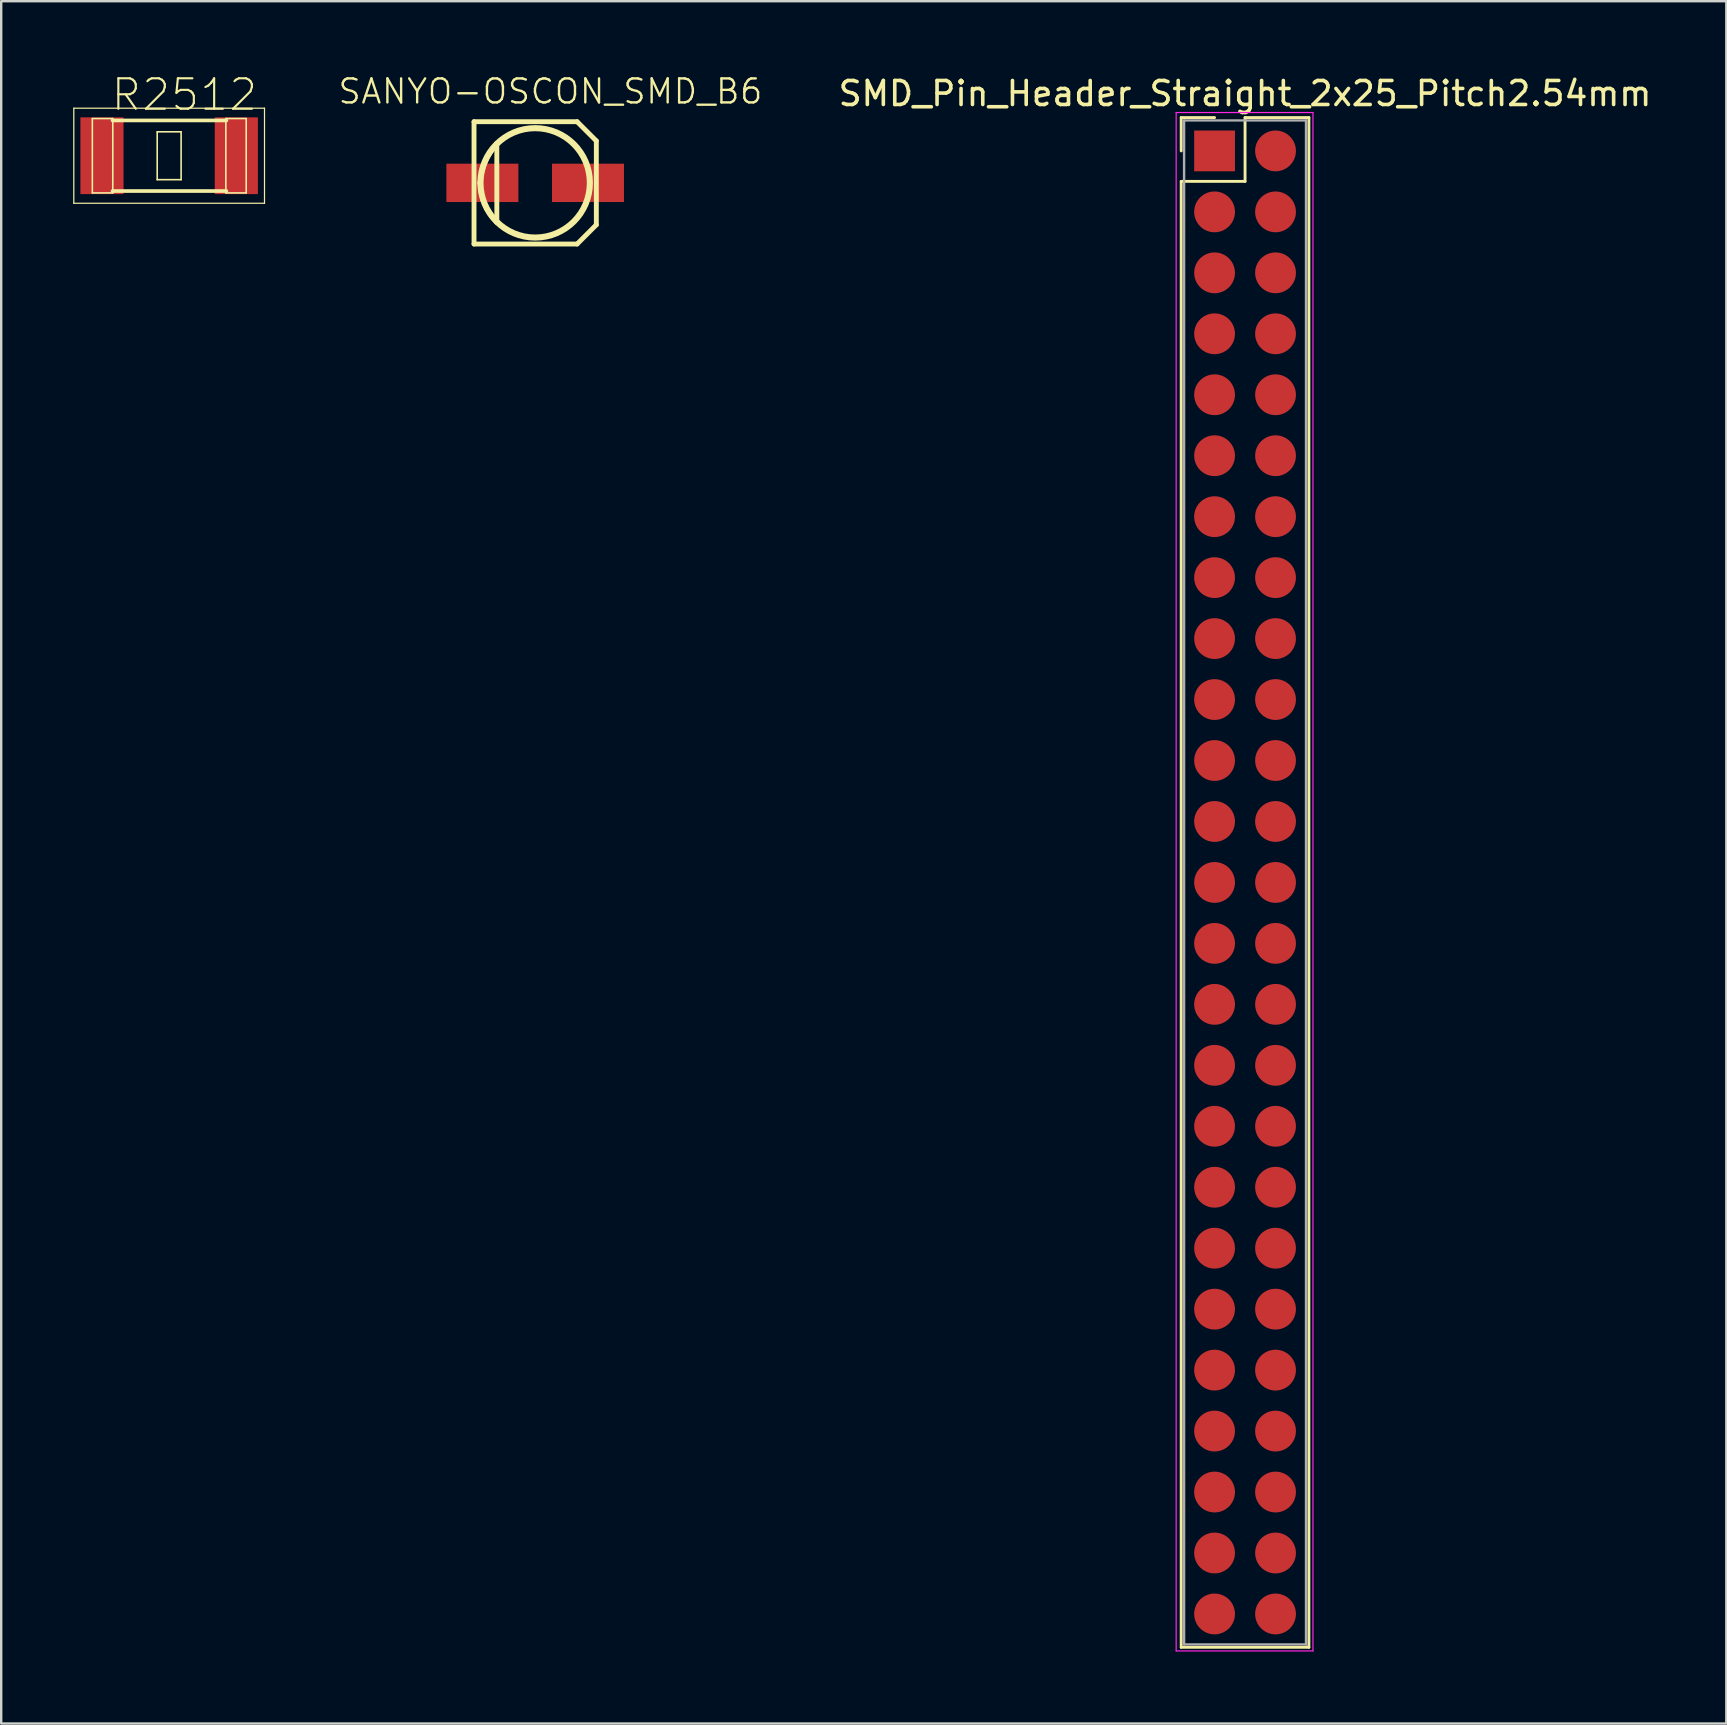
<source format=kicad_pcb>
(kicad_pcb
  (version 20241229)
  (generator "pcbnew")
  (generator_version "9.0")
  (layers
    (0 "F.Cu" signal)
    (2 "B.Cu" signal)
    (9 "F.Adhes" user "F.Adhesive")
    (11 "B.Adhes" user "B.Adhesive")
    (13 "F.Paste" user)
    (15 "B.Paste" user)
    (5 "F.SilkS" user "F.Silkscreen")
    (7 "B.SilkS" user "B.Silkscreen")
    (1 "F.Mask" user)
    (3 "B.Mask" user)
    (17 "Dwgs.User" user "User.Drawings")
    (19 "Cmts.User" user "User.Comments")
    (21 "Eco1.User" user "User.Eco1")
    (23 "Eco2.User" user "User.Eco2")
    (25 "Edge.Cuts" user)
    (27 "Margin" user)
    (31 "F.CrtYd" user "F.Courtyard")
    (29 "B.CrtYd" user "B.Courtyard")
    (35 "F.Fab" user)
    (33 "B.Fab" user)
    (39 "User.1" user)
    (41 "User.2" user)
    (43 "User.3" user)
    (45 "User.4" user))
  (footprint "SANYO-OSCON_SMD_B6"
    (layer "F.Cu")
    (at 19.249 4.569)
    (property "Reference" "SANYO-OSCON_SMD_B6" (at 0.635 -3.81 0) (layer "F.SilkS") (effects (font (size 1.001 1.001) (thickness 0.099))))
    (attr smd)
    (fp_line (start -2.548 -2.548) (end 1.748 -2.548) (stroke (width 0.203) (type solid)) (layer "F.SilkS"))
    (fp_line (start -2.548 2.548) (end -2.548 -2.548) (stroke (width 0.203) (type solid)) (layer "F.SilkS"))
    (fp_line (start -2.299 0) (end -2.261 0.363) (stroke (width 0.203) (type solid)) (layer "F.SilkS"))
    (fp_line (start -2.261 0.363) (end -2.169 0.719) (stroke (width 0.203) (type solid)) (layer "F.SilkS"))
    (fp_line (start -2.245 -0.358) (end -2.299 0) (stroke (width 0.203) (type solid)) (layer "F.SilkS"))
    (fp_line (start -2.169 0.719) (end -2.024 1.054) (stroke (width 0.203) (type solid)) (layer "F.SilkS"))
    (fp_line (start -2.146 -0.709) (end -2.245 -0.358) (stroke (width 0.203) (type solid)) (layer "F.SilkS"))
    (fp_line (start -2.024 1.054) (end -1.834 1.367) (stroke (width 0.203) (type solid)) (layer "F.SilkS"))
    (fp_line (start -2.004 -1.044) (end -2.146 -0.709) (stroke (width 0.203) (type solid)) (layer "F.SilkS"))
    (fp_line (start -1.834 1.367) (end -1.598 1.648) (stroke (width 0.203) (type solid)) (layer "F.SilkS"))
    (fp_line (start -1.819 -1.359) (end -2.004 -1.044) (stroke (width 0.203) (type solid)) (layer "F.SilkS"))
    (fp_line (start -1.598 -1.648) (end -1.819 -1.359) (stroke (width 0.203) (type solid)) (layer "F.SilkS"))
    (fp_line (start -1.598 1.648) (end -1.598 -1.648) (stroke (width 0.203) (type solid)) (layer "F.SilkS"))
    (fp_line (start 1.748 -2.548) (end 2.548 -1.748) (stroke (width 0.203) (type solid)) (layer "F.SilkS"))
    (fp_line (start 1.748 2.548) (end -2.548 2.548) (stroke (width 0.203) (type solid)) (layer "F.SilkS"))
    (fp_line (start 2.548 -1.748) (end 2.548 1.748) (stroke (width 0.203) (type solid)) (layer "F.SilkS"))
    (fp_line (start 2.548 1.748) (end 1.748 2.548) (stroke (width 0.203) (type solid)) (layer "F.SilkS"))
    (fp_circle (center 0 0) (end 1.46 1.75) (stroke (width 0.254) (type solid)) (fill no) (layer "F.SilkS"))
    (pad "1" smd rect (at 2.2 0) (size 3 1.598) (layers "F.Cu" "F.Mask" "F.Paste"))
    (pad "2" smd rect (at -2.2 0) (size 3 1.598) (layers "F.Cu" "F.Mask" "F.Paste")))
  (footprint "R2512"
    (layer "F.Cu")
    (at 3.998 3.439)
    (property "Reference" "R2512" (at 0.635 -2.54 0) (layer "F.SilkS") (effects (font (size 1.27 1.27) (thickness 0.089))))
    (attr smd)
    (fp_line (start -3.973 -1.981) (end 3.973 -1.981) (stroke (width 0.051) (type solid)) (layer "F.SilkS"))
    (fp_line (start -3.973 1.981) (end -3.973 -1.981) (stroke (width 0.051) (type solid)) (layer "F.SilkS"))
    (fp_line (start -3.2 -1.549) (end -2.349 -1.549) (stroke (width 0.066) (type solid)) (layer "F.SilkS"))
    (fp_line (start -3.2 1.549) (end -3.2 -1.549) (stroke (width 0.066) (type solid)) (layer "F.SilkS"))
    (fp_line (start -3.2 1.549) (end -2.349 1.549) (stroke (width 0.066) (type solid)) (layer "F.SilkS"))
    (fp_line (start -2.36 -1.471) (end 2.385 -1.471) (stroke (width 0.152) (type solid)) (layer "F.SilkS"))
    (fp_line (start -2.36 1.471) (end 2.385 1.471) (stroke (width 0.152) (type solid)) (layer "F.SilkS"))
    (fp_line (start -2.349 1.549) (end -2.349 -1.549) (stroke (width 0.066) (type solid)) (layer "F.SilkS"))
    (fp_line (start -0.498 -0.998) (end 0.498 -0.998) (stroke (width 0.066) (type solid)) (layer "F.SilkS"))
    (fp_line (start -0.498 0.998) (end -0.498 -0.998) (stroke (width 0.066) (type solid)) (layer "F.SilkS"))
    (fp_line (start -0.498 0.998) (end 0.498 0.998) (stroke (width 0.066) (type solid)) (layer "F.SilkS"))
    (fp_line (start 0.498 0.998) (end 0.498 -0.998) (stroke (width 0.066) (type solid)) (layer "F.SilkS"))
    (fp_line (start 2.362 -1.549) (end 3.211 -1.549) (stroke (width 0.066) (type solid)) (layer "F.SilkS"))
    (fp_line (start 2.362 1.549) (end 2.362 -1.549) (stroke (width 0.066) (type solid)) (layer "F.SilkS"))
    (fp_line (start 2.362 1.549) (end 3.211 1.549) (stroke (width 0.066) (type solid)) (layer "F.SilkS"))
    (fp_line (start 3.211 1.549) (end 3.211 -1.549) (stroke (width 0.066) (type solid)) (layer "F.SilkS"))
    (fp_line (start 3.973 -1.981) (end 3.973 1.981) (stroke (width 0.051) (type solid)) (layer "F.SilkS"))
    (fp_line (start 3.973 1.981) (end -3.973 1.981) (stroke (width 0.051) (type solid)) (layer "F.SilkS"))
    (pad "1" smd rect (at -2.799 0) (size 1.798 3.198) (layers "F.Cu" "F.Mask" "F.Paste"))
    (pad "2" smd rect (at 2.799 0) (size 1.798 3.198) (layers "F.Cu" "F.Mask" "F.Paste")))
  (footprint "SMD_Pin_Header_Straight_2x25_Pitch2.54mm"
    (layer "F.Cu")
    (at 47.557 3.238)
    (property "Reference" "SMD_Pin_Header_Straight_2x25_Pitch2.54mm" (at 1.27 -2.39 0) (layer "F.SilkS") (effects (font (size 1 1) (thickness 0.15))))
    (attr through_hole)
    (fp_line (start -1.39 -1.39) (end 0 -1.39) (stroke (width 0.12) (type solid)) (layer "F.SilkS"))
    (fp_line (start -1.39 0) (end -1.39 -1.39) (stroke (width 0.12) (type solid)) (layer "F.SilkS"))
    (fp_line (start -1.39 1.27) (end -1.39 62.35) (stroke (width 0.12) (type solid)) (layer "F.SilkS"))
    (fp_line (start -1.39 62.35) (end 3.93 62.35) (stroke (width 0.12) (type solid)) (layer "F.SilkS"))
    (fp_line (start 1.27 -1.39) (end 1.27 1.27) (stroke (width 0.12) (type solid)) (layer "F.SilkS"))
    (fp_line (start 1.27 1.27) (end -1.39 1.27) (stroke (width 0.12) (type solid)) (layer "F.SilkS"))
    (fp_line (start 3.93 -1.39) (end 1.27 -1.39) (stroke (width 0.12) (type solid)) (layer "F.SilkS"))
    (fp_line (start 3.93 62.35) (end 3.93 -1.39) (stroke (width 0.12) (type solid)) (layer "F.SilkS"))
    (fp_line (start -1.6 -1.6) (end -1.6 62.5) (stroke (width 0.05) (type solid)) (layer "F.CrtYd"))
    (fp_line (start -1.6 62.5) (end 4.1 62.5) (stroke (width 0.05) (type solid)) (layer "F.CrtYd"))
    (fp_line (start 4.1 -1.6) (end -1.6 -1.6) (stroke (width 0.05) (type solid)) (layer "F.CrtYd"))
    (fp_line (start 4.1 62.5) (end 4.1 -1.6) (stroke (width 0.05) (type solid)) (layer "F.CrtYd"))
    (fp_line (start -1.27 -1.27) (end -1.27 62.23) (stroke (width 0.1) (type solid)) (layer "F.Fab"))
    (fp_line (start -1.27 62.23) (end 3.81 62.23) (stroke (width 0.1) (type solid)) (layer "F.Fab"))
    (fp_line (start 3.81 -1.27) (end -1.27 -1.27) (stroke (width 0.1) (type solid)) (layer "F.Fab"))
    (fp_line (start 3.81 62.23) (end 3.81 -1.27) (stroke (width 0.1) (type solid)) (layer "F.Fab"))
    (pad "1" smd rect (at 0 0) (size 1.7 1.7) (layers "F.Cu" "F.Mask" "F.Paste"))
    (pad "2" smd oval (at 2.54 0) (size 1.7 1.7) (layers "F.Cu" "F.Mask" "F.Paste"))
    (pad "3" smd oval (at 0 2.54) (size 1.7 1.7) (layers "F.Cu" "F.Mask" "F.Paste"))
    (pad "4" smd oval (at 2.54 2.54) (size 1.7 1.7) (layers "F.Cu" "F.Mask" "F.Paste"))
    (pad "5" smd oval (at 0 5.08) (size 1.7 1.7) (layers "F.Cu" "F.Mask" "F.Paste"))
    (pad "6" smd oval (at 2.54 5.08) (size 1.7 1.7) (layers "F.Cu" "F.Mask" "F.Paste"))
    (pad "7" smd oval (at 0 7.62) (size 1.7 1.7) (layers "F.Cu" "F.Mask" "F.Paste"))
    (pad "8" smd oval (at 2.54 7.62) (size 1.7 1.7) (layers "F.Cu" "F.Mask" "F.Paste"))
    (pad "9" smd oval (at 0 10.16) (size 1.7 1.7) (layers "F.Cu" "F.Mask" "F.Paste"))
    (pad "10" smd oval (at 2.54 10.16) (size 1.7 1.7) (layers "F.Cu" "F.Mask" "F.Paste"))
    (pad "11" smd oval (at 0 12.7) (size 1.7 1.7) (layers "F.Cu" "F.Mask" "F.Paste"))
    (pad "12" smd oval (at 2.54 12.7) (size 1.7 1.7) (layers "F.Cu" "F.Mask" "F.Paste"))
    (pad "13" smd oval (at 0 15.24) (size 1.7 1.7) (layers "F.Cu" "F.Mask" "F.Paste"))
    (pad "14" smd oval (at 2.54 15.24) (size 1.7 1.7) (layers "F.Cu" "F.Mask" "F.Paste"))
    (pad "15" smd oval (at 0 17.78) (size 1.7 1.7) (layers "F.Cu" "F.Mask" "F.Paste"))
    (pad "16" smd oval (at 2.54 17.78) (size 1.7 1.7) (layers "F.Cu" "F.Mask" "F.Paste"))
    (pad "17" smd oval (at 0 20.32) (size 1.7 1.7) (layers "F.Cu" "F.Mask" "F.Paste"))
    (pad "18" smd oval (at 2.54 20.32) (size 1.7 1.7) (layers "F.Cu" "F.Mask" "F.Paste"))
    (pad "19" smd oval (at 0 22.86) (size 1.7 1.7) (layers "F.Cu" "F.Mask" "F.Paste"))
    (pad "20" smd oval (at 2.54 22.86) (size 1.7 1.7) (layers "F.Cu" "F.Mask" "F.Paste"))
    (pad "21" smd oval (at 0 25.4) (size 1.7 1.7) (layers "F.Cu" "F.Mask" "F.Paste"))
    (pad "22" smd oval (at 2.54 25.4) (size 1.7 1.7) (layers "F.Cu" "F.Mask" "F.Paste"))
    (pad "23" smd oval (at 0 27.94) (size 1.7 1.7) (layers "F.Cu" "F.Mask" "F.Paste"))
    (pad "24" smd oval (at 2.54 27.94) (size 1.7 1.7) (layers "F.Cu" "F.Mask" "F.Paste"))
    (pad "25" smd oval (at 0 30.48) (size 1.7 1.7) (layers "F.Cu" "F.Mask" "F.Paste"))
    (pad "26" smd oval (at 2.54 30.48) (size 1.7 1.7) (layers "F.Cu" "F.Mask" "F.Paste"))
    (pad "27" smd oval (at 0 33.02) (size 1.7 1.7) (layers "F.Cu" "F.Mask" "F.Paste"))
    (pad "28" smd oval (at 2.54 33.02) (size 1.7 1.7) (layers "F.Cu" "F.Mask" "F.Paste"))
    (pad "29" smd oval (at 0 35.56) (size 1.7 1.7) (layers "F.Cu" "F.Mask" "F.Paste"))
    (pad "30" smd oval (at 2.54 35.56) (size 1.7 1.7) (layers "F.Cu" "F.Mask" "F.Paste"))
    (pad "31" smd oval (at 0 38.1) (size 1.7 1.7) (layers "F.Cu" "F.Mask" "F.Paste"))
    (pad "32" smd oval (at 2.54 38.1) (size 1.7 1.7) (layers "F.Cu" "F.Mask" "F.Paste"))
    (pad "33" smd oval (at 0 40.64) (size 1.7 1.7) (layers "F.Cu" "F.Mask" "F.Paste"))
    (pad "34" smd oval (at 2.54 40.64) (size 1.7 1.7) (layers "F.Cu" "F.Mask" "F.Paste"))
    (pad "35" smd oval (at 0 43.18) (size 1.7 1.7) (layers "F.Cu" "F.Mask" "F.Paste"))
    (pad "36" smd oval (at 2.54 43.18) (size 1.7 1.7) (layers "F.Cu" "F.Mask" "F.Paste"))
    (pad "37" smd oval (at 0 45.72) (size 1.7 1.7) (layers "F.Cu" "F.Mask" "F.Paste"))
    (pad "38" smd oval (at 2.54 45.72) (size 1.7 1.7) (layers "F.Cu" "F.Mask" "F.Paste"))
    (pad "39" smd oval (at 0 48.26) (size 1.7 1.7) (layers "F.Cu" "F.Mask" "F.Paste"))
    (pad "40" smd oval (at 2.54 48.26) (size 1.7 1.7) (layers "F.Cu" "F.Mask" "F.Paste"))
    (pad "41" smd oval (at 0 50.8) (size 1.7 1.7) (layers "F.Cu" "F.Mask" "F.Paste"))
    (pad "42" smd oval (at 2.54 50.8) (size 1.7 1.7) (layers "F.Cu" "F.Mask" "F.Paste"))
    (pad "43" smd oval (at 0 53.34) (size 1.7 1.7) (layers "F.Cu" "F.Mask" "F.Paste"))
    (pad "44" smd oval (at 2.54 53.34) (size 1.7 1.7) (layers "F.Cu" "F.Mask" "F.Paste"))
    (pad "45" smd oval (at 0 55.88) (size 1.7 1.7) (layers "F.Cu" "F.Mask" "F.Paste"))
    (pad "46" smd oval (at 2.54 55.88) (size 1.7 1.7) (layers "F.Cu" "F.Mask" "F.Paste"))
    (pad "47" smd oval (at 0 58.42) (size 1.7 1.7) (layers "F.Cu" "F.Mask" "F.Paste"))
    (pad "48" smd oval (at 2.54 58.42) (size 1.7 1.7) (layers "F.Cu" "F.Mask" "F.Paste"))
    (pad "49" smd oval (at 0 60.96) (size 1.7 1.7) (layers "F.Cu" "F.Mask" "F.Paste"))
    (pad "50" smd oval (at 2.54 60.96) (size 1.7 1.7) (layers "F.Cu" "F.Mask" "F.Paste")))
  (gr_rect
    (start -3 -3)
    (end 68.88 68.763)
    (stroke (width 0.1) (type default))
    (fill no)
    (layer "Edge.Cuts")))
</source>
